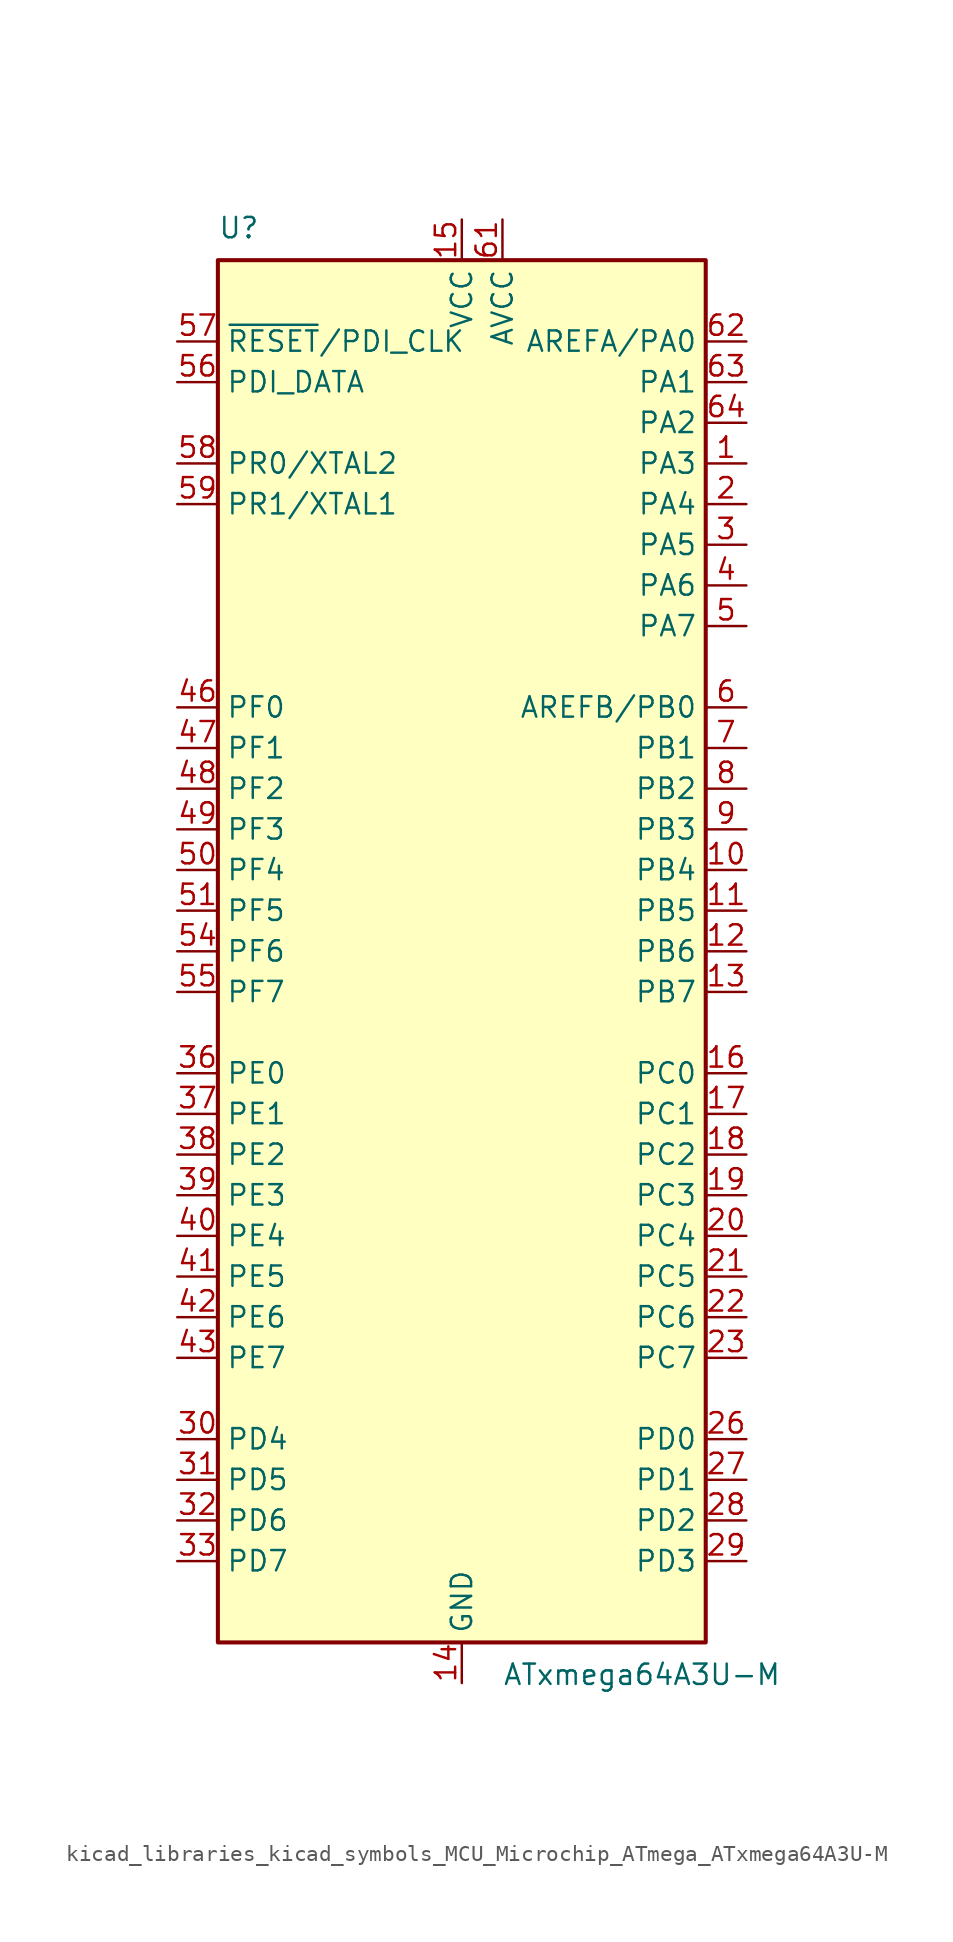
<source format=kicad_sym>
(kicad_symbol_lib
  (version 20220914)
  (generator kicad_symbol_editor)
  (symbol "kicad_libraries_kicad_symbols_MCU_Microchip_ATmega_ATxmega64A3U-M"
    (property "Reference" "U"
      (at -15.24 44.45 0)
      (effects (font (size 1.27 1.27)) (justify left bottom)))
    (property "Value" "ATxmega64A3U-M"
      (at 2.54 -44.45 0)
      (effects (font (size 1.27 1.27)) (justify left top)))
    (symbol "kicad_libraries_kicad_symbols_MCU_Microchip_ATmega_ATxmega64A3U-M_0_1"
      (rectangle (start -15.24 -43.18) (end 15.24 43.18) (stroke (width 0.254) (type default)) (fill (type background))))
    (symbol "kicad_libraries_kicad_symbols_MCU_Microchip_ATmega_ATxmega64A3U-M_1_1"
      (pin bidirectional line (at 17.78 30.48 180) (length 2.54) (name "PA3" (effects (font (size 1.27 1.27)))) (number "1" (effects (font (size 1.27 1.27)))))
      (pin bidirectional line (at 17.78 5.08 180) (length 2.54) (name "PB4" (effects (font (size 1.27 1.27)))) (number "10" (effects (font (size 1.27 1.27)))))
      (pin bidirectional line (at 17.78 2.54 180) (length 2.54) (name "PB5" (effects (font (size 1.27 1.27)))) (number "11" (effects (font (size 1.27 1.27)))))
      (pin bidirectional line (at 17.78 0 180) (length 2.54) (name "PB6" (effects (font (size 1.27 1.27)))) (number "12" (effects (font (size 1.27 1.27)))))
      (pin bidirectional line (at 17.78 -2.54 180) (length 2.54) (name "PB7" (effects (font (size 1.27 1.27)))) (number "13" (effects (font (size 1.27 1.27)))))
      (pin power_in line (at 0 -45.72 90) (length 2.54) (name "GND" (effects (font (size 1.27 1.27)))) (number "14" (effects (font (size 1.27 1.27)))))
      (pin power_in line (at 0 45.72 270) (length 2.54) (name "VCC" (effects (font (size 1.27 1.27)))) (number "15" (effects (font (size 1.27 1.27)))))
      (pin bidirectional line (at 17.78 -7.62 180) (length 2.54) (name "PC0" (effects (font (size 1.27 1.27)))) (number "16" (effects (font (size 1.27 1.27)))))
      (pin bidirectional line (at 17.78 -10.16 180) (length 2.54) (name "PC1" (effects (font (size 1.27 1.27)))) (number "17" (effects (font (size 1.27 1.27)))))
      (pin bidirectional line (at 17.78 -12.7 180) (length 2.54) (name "PC2" (effects (font (size 1.27 1.27)))) (number "18" (effects (font (size 1.27 1.27)))))
      (pin bidirectional line (at 17.78 -15.24 180) (length 2.54) (name "PC3" (effects (font (size 1.27 1.27)))) (number "19" (effects (font (size 1.27 1.27)))))
      (pin bidirectional line (at 17.78 27.94 180) (length 2.54) (name "PA4" (effects (font (size 1.27 1.27)))) (number "2" (effects (font (size 1.27 1.27)))))
      (pin bidirectional line (at 17.78 -17.78 180) (length 2.54) (name "PC4" (effects (font (size 1.27 1.27)))) (number "20" (effects (font (size 1.27 1.27)))))
      (pin bidirectional line (at 17.78 -20.32 180) (length 2.54) (name "PC5" (effects (font (size 1.27 1.27)))) (number "21" (effects (font (size 1.27 1.27)))))
      (pin bidirectional line (at 17.78 -22.86 180) (length 2.54) (name "PC6" (effects (font (size 1.27 1.27)))) (number "22" (effects (font (size 1.27 1.27)))))
      (pin bidirectional line (at 17.78 -25.4 180) (length 2.54) (name "PC7" (effects (font (size 1.27 1.27)))) (number "23" (effects (font (size 1.27 1.27)))))
      (pin passive line (at 0 -45.72 90) (length 2.54) hide (name "GND" (effects (font (size 1.27 1.27)))) (number "24" (effects (font (size 1.27 1.27)))))
      (pin passive line (at 0 45.72 270) (length 2.54) hide (name "VCC" (effects (font (size 1.27 1.27)))) (number "25" (effects (font (size 1.27 1.27)))))
      (pin bidirectional line (at 17.78 -30.48 180) (length 2.54) (name "PD0" (effects (font (size 1.27 1.27)))) (number "26" (effects (font (size 1.27 1.27)))))
      (pin bidirectional line (at 17.78 -33.02 180) (length 2.54) (name "PD1" (effects (font (size 1.27 1.27)))) (number "27" (effects (font (size 1.27 1.27)))))
      (pin bidirectional line (at 17.78 -35.56 180) (length 2.54) (name "PD2" (effects (font (size 1.27 1.27)))) (number "28" (effects (font (size 1.27 1.27)))))
      (pin bidirectional line (at 17.78 -38.1 180) (length 2.54) (name "PD3" (effects (font (size 1.27 1.27)))) (number "29" (effects (font (size 1.27 1.27)))))
      (pin bidirectional line (at 17.78 25.4 180) (length 2.54) (name "PA5" (effects (font (size 1.27 1.27)))) (number "3" (effects (font (size 1.27 1.27)))))
      (pin bidirectional line (at -17.78 -30.48 0) (length 2.54) (name "PD4" (effects (font (size 1.27 1.27)))) (number "30" (effects (font (size 1.27 1.27)))))
      (pin bidirectional line (at -17.78 -33.02 0) (length 2.54) (name "PD5" (effects (font (size 1.27 1.27)))) (number "31" (effects (font (size 1.27 1.27)))))
      (pin bidirectional line (at -17.78 -35.56 0) (length 2.54) (name "PD6" (effects (font (size 1.27 1.27)))) (number "32" (effects (font (size 1.27 1.27)))))
      (pin bidirectional line (at -17.78 -38.1 0) (length 2.54) (name "PD7" (effects (font (size 1.27 1.27)))) (number "33" (effects (font (size 1.27 1.27)))))
      (pin passive line (at 0 -45.72 90) (length 2.54) hide (name "GND" (effects (font (size 1.27 1.27)))) (number "34" (effects (font (size 1.27 1.27)))))
      (pin passive line (at 0 45.72 270) (length 2.54) hide (name "VCC" (effects (font (size 1.27 1.27)))) (number "35" (effects (font (size 1.27 1.27)))))
      (pin bidirectional line (at -17.78 -7.62 0) (length 2.54) (name "PE0" (effects (font (size 1.27 1.27)))) (number "36" (effects (font (size 1.27 1.27)))))
      (pin bidirectional line (at -17.78 -10.16 0) (length 2.54) (name "PE1" (effects (font (size 1.27 1.27)))) (number "37" (effects (font (size 1.27 1.27)))))
      (pin bidirectional line (at -17.78 -12.7 0) (length 2.54) (name "PE2" (effects (font (size 1.27 1.27)))) (number "38" (effects (font (size 1.27 1.27)))))
      (pin bidirectional line (at -17.78 -15.24 0) (length 2.54) (name "PE3" (effects (font (size 1.27 1.27)))) (number "39" (effects (font (size 1.27 1.27)))))
      (pin bidirectional line (at 17.78 22.86 180) (length 2.54) (name "PA6" (effects (font (size 1.27 1.27)))) (number "4" (effects (font (size 1.27 1.27)))))
      (pin bidirectional line (at -17.78 -17.78 0) (length 2.54) (name "PE4" (effects (font (size 1.27 1.27)))) (number "40" (effects (font (size 1.27 1.27)))))
      (pin bidirectional line (at -17.78 -20.32 0) (length 2.54) (name "PE5" (effects (font (size 1.27 1.27)))) (number "41" (effects (font (size 1.27 1.27)))))
      (pin bidirectional line (at -17.78 -22.86 0) (length 2.54) (name "PE6" (effects (font (size 1.27 1.27)))) (number "42" (effects (font (size 1.27 1.27)))))
      (pin bidirectional line (at -17.78 -25.4 0) (length 2.54) (name "PE7" (effects (font (size 1.27 1.27)))) (number "43" (effects (font (size 1.27 1.27)))))
      (pin passive line (at 0 -45.72 90) (length 2.54) hide (name "GND" (effects (font (size 1.27 1.27)))) (number "44" (effects (font (size 1.27 1.27)))))
      (pin passive line (at 0 45.72 270) (length 2.54) hide (name "VCC" (effects (font (size 1.27 1.27)))) (number "45" (effects (font (size 1.27 1.27)))))
      (pin bidirectional line (at -17.78 15.24 0) (length 2.54) (name "PF0" (effects (font (size 1.27 1.27)))) (number "46" (effects (font (size 1.27 1.27)))))
      (pin bidirectional line (at -17.78 12.7 0) (length 2.54) (name "PF1" (effects (font (size 1.27 1.27)))) (number "47" (effects (font (size 1.27 1.27)))))
      (pin bidirectional line (at -17.78 10.16 0) (length 2.54) (name "PF2" (effects (font (size 1.27 1.27)))) (number "48" (effects (font (size 1.27 1.27)))))
      (pin bidirectional line (at -17.78 7.62 0) (length 2.54) (name "PF3" (effects (font (size 1.27 1.27)))) (number "49" (effects (font (size 1.27 1.27)))))
      (pin bidirectional line (at 17.78 20.32 180) (length 2.54) (name "PA7" (effects (font (size 1.27 1.27)))) (number "5" (effects (font (size 1.27 1.27)))))
      (pin bidirectional line (at -17.78 5.08 0) (length 2.54) (name "PF4" (effects (font (size 1.27 1.27)))) (number "50" (effects (font (size 1.27 1.27)))))
      (pin bidirectional line (at -17.78 2.54 0) (length 2.54) (name "PF5" (effects (font (size 1.27 1.27)))) (number "51" (effects (font (size 1.27 1.27)))))
      (pin passive line (at 0 -45.72 90) (length 2.54) hide (name "GND" (effects (font (size 1.27 1.27)))) (number "52" (effects (font (size 1.27 1.27)))))
      (pin passive line (at 0 45.72 270) (length 2.54) hide (name "VCC" (effects (font (size 1.27 1.27)))) (number "53" (effects (font (size 1.27 1.27)))))
      (pin bidirectional line (at -17.78 0 0) (length 2.54) (name "PF6" (effects (font (size 1.27 1.27)))) (number "54" (effects (font (size 1.27 1.27)))))
      (pin bidirectional line (at -17.78 -2.54 0) (length 2.54) (name "PF7" (effects (font (size 1.27 1.27)))) (number "55" (effects (font (size 1.27 1.27)))))
      (pin bidirectional line (at -17.78 35.56 0) (length 2.54) (name "PDI_DATA" (effects (font (size 1.27 1.27)))) (number "56" (effects (font (size 1.27 1.27)))))
      (pin input line (at -17.78 38.1 0) (length 2.54) (name "~{RESET}/PDI_CLK" (effects (font (size 1.27 1.27)))) (number "57" (effects (font (size 1.27 1.27)))))
      (pin bidirectional line (at -17.78 30.48 0) (length 2.54) (name "PR0/XTAL2" (effects (font (size 1.27 1.27)))) (number "58" (effects (font (size 1.27 1.27)))))
      (pin bidirectional line (at -17.78 27.94 0) (length 2.54) (name "PR1/XTAL1" (effects (font (size 1.27 1.27)))) (number "59" (effects (font (size 1.27 1.27)))))
      (pin bidirectional line (at 17.78 15.24 180) (length 2.54) (name "AREFB/PB0" (effects (font (size 1.27 1.27)))) (number "6" (effects (font (size 1.27 1.27)))))
      (pin passive line (at 0 -45.72 90) (length 2.54) hide (name "GND" (effects (font (size 1.27 1.27)))) (number "60" (effects (font (size 1.27 1.27)))))
      (pin power_in line (at 2.54 45.72 270) (length 2.54) (name "AVCC" (effects (font (size 1.27 1.27)))) (number "61" (effects (font (size 1.27 1.27)))))
      (pin bidirectional line (at 17.78 38.1 180) (length 2.54) (name "AREFA/PA0" (effects (font (size 1.27 1.27)))) (number "62" (effects (font (size 1.27 1.27)))))
      (pin bidirectional line (at 17.78 35.56 180) (length 2.54) (name "PA1" (effects (font (size 1.27 1.27)))) (number "63" (effects (font (size 1.27 1.27)))))
      (pin bidirectional line (at 17.78 33.02 180) (length 2.54) (name "PA2" (effects (font (size 1.27 1.27)))) (number "64" (effects (font (size 1.27 1.27)))))
      (pin passive line (at 0 -45.72 90) (length 2.54) hide (name "GND" (effects (font (size 1.27 1.27)))) (number "65" (effects (font (size 1.27 1.27)))))
      (pin bidirectional line (at 17.78 12.7 180) (length 2.54) (name "PB1" (effects (font (size 1.27 1.27)))) (number "7" (effects (font (size 1.27 1.27)))))
      (pin bidirectional line (at 17.78 10.16 180) (length 2.54) (name "PB2" (effects (font (size 1.27 1.27)))) (number "8" (effects (font (size 1.27 1.27)))))
      (pin bidirectional line (at 17.78 7.62 180) (length 2.54) (name "PB3" (effects (font (size 1.27 1.27)))) (number "9" (effects (font (size 1.27 1.27))))))))
</source>
